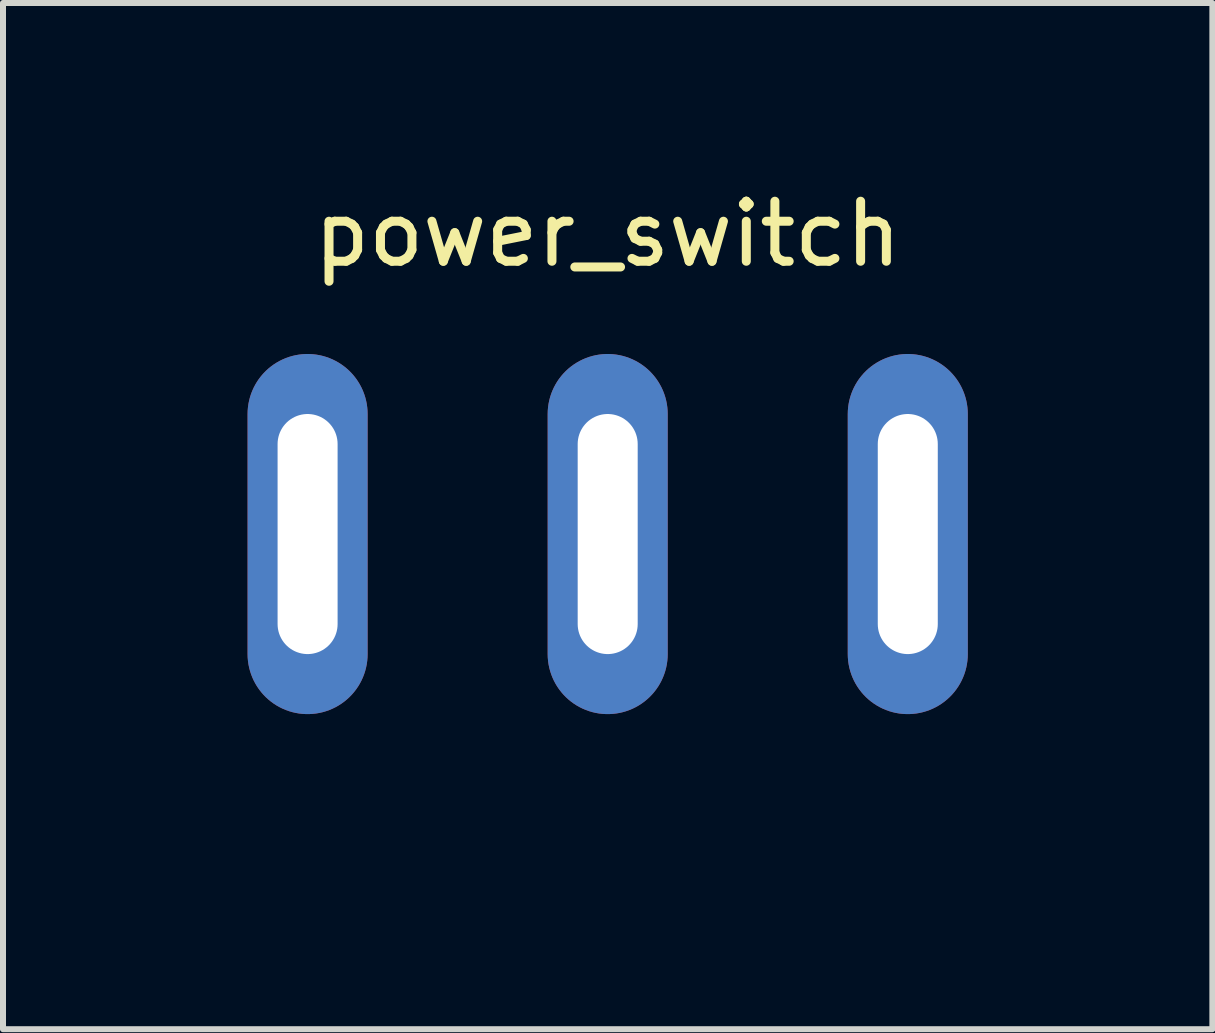
<source format=kicad_pcb>
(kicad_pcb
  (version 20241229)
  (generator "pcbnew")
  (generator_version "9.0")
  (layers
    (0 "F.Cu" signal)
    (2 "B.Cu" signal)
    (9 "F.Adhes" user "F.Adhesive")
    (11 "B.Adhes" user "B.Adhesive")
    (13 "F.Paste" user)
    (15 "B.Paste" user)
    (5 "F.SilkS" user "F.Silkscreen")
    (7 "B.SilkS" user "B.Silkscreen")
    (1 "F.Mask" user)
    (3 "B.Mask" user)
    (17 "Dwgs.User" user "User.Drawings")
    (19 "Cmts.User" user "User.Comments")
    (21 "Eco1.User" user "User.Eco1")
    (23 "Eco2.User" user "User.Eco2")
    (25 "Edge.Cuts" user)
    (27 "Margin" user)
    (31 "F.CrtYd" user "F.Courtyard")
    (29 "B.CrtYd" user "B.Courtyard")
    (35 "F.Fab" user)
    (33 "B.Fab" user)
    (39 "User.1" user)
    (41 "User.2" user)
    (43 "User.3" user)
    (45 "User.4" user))
  (footprint "power_switch"
    (layer "F.Cu")
    (at 7.075 10.848)
    (property "Reference" "power_switch" (at 0 -10 0) (layer "F.SilkS") (effects (font (size 1 1) (thickness 0.15))))
    (attr through_hole)
    (fp_line (start -7 -1) (end -7 -9) (stroke (width 0.15) (type solid)) (layer "B.Paste"))
    (fp_line (start -7 -1) (end 0 -1) (stroke (width 0.15) (type solid)) (layer "B.Paste"))
    (fp_line (start 0 -1) (end 7 -1) (stroke (width 0.15) (type solid)) (layer "B.Paste"))
    (fp_line (start 7 -9) (end -7 -9) (stroke (width 0.15) (type solid)) (layer "B.Paste"))
    (fp_line (start 7 -9) (end 7 -1) (stroke (width 0.15) (type solid)) (layer "B.Paste"))
    (pad "1" thru_hole oval (at 5 -5) (size 2 6) (drill oval 1 4) (layers "*.Cu" "*.Mask"))
    (pad "2" thru_hole oval (at 0 -5) (size 2 6) (drill oval 1 4) (layers "*.Cu" "*.Mask"))
    (pad "3" thru_hole oval (at -5 -5) (size 2 6) (drill oval 1 4) (layers "*.Cu" "*.Mask")))
  (gr_rect
    (start -3 -3)
    (end 17.15 14.098)
    (stroke (width 0.1) (type default))
    (fill no)
    (layer "Edge.Cuts")))
</source>
